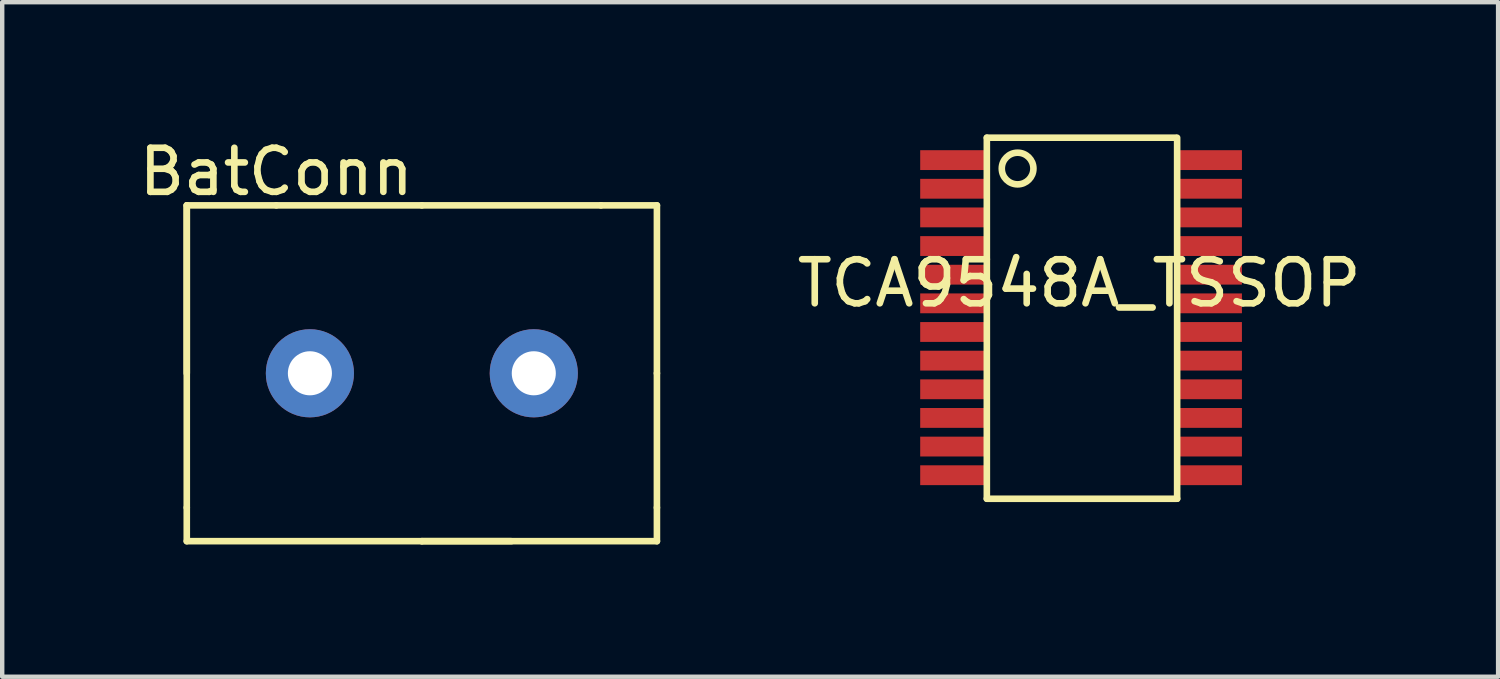
<source format=kicad_pcb>
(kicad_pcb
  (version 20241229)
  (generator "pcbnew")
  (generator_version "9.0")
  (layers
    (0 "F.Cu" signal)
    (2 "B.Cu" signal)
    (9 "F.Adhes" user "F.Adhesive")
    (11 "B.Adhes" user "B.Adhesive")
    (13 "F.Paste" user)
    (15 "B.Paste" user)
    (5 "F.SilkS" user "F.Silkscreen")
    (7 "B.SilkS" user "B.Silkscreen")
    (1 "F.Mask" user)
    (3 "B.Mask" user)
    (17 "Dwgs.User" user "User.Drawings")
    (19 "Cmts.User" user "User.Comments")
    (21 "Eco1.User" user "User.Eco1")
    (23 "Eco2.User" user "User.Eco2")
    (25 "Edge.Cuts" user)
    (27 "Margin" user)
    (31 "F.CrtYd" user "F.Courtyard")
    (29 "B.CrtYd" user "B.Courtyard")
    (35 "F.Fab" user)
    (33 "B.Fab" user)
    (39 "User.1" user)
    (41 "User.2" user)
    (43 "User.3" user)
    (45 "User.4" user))
  (footprint "TCA9548A_TSSOP"
    (layer "F.Cu")
    (at 18.58 0.583)
    (property "Reference" "TCA9548A_TSSOP" (at 2.857 2.794 0) (layer "F.SilkS") (effects (font (size 1 1) (thickness 0.15))))
    (attr through_hole)
    (fp_line (start 0.762 -0.508) (end 5.05 -0.508) (stroke (width 0.15) (type solid)) (layer "F.SilkS"))
    (fp_line (start 0.762 7.684) (end 0.762 -0.508) (stroke (width 0.15) (type solid)) (layer "F.SilkS"))
    (fp_line (start 5.08 -0.508) (end 5.08 7.684) (stroke (width 0.15) (type solid)) (layer "F.SilkS"))
    (fp_line (start 5.08 7.684) (end 0.762 7.684) (stroke (width 0.15) (type solid)) (layer "F.SilkS"))
    (fp_circle (center 1.46 0.191) (end 1.714 0.445) (stroke (width 0.15) (type solid)) (fill no) (layer "F.SilkS"))
    (pad "1" smd rect (at 0 0) (size 1.5 0.45) (layers "F.Cu" "F.Mask" "F.Paste"))
    (pad "2" smd rect (at 0 0.65) (size 1.5 0.45) (layers "F.Cu" "F.Mask" "F.Paste"))
    (pad "3" smd rect (at 0 1.3) (size 1.5 0.45) (layers "F.Cu" "F.Mask" "F.Paste"))
    (pad "4" smd rect (at 0 1.95) (size 1.5 0.45) (layers "F.Cu" "F.Mask" "F.Paste"))
    (pad "5" smd rect (at 0 2.6) (size 1.5 0.45) (layers "F.Cu" "F.Mask" "F.Paste"))
    (pad "6" smd rect (at 0 3.25) (size 1.5 0.45) (layers "F.Cu" "F.Mask" "F.Paste"))
    (pad "7" smd rect (at 0 3.9) (size 1.5 0.45) (layers "F.Cu" "F.Mask" "F.Paste"))
    (pad "8" smd rect (at 0 4.55) (size 1.5 0.45) (layers "F.Cu" "F.Mask" "F.Paste"))
    (pad "9" smd rect (at 0 5.2) (size 1.5 0.45) (layers "F.Cu" "F.Mask" "F.Paste"))
    (pad "10" smd rect (at 0 5.85) (size 1.5 0.45) (layers "F.Cu" "F.Mask" "F.Paste"))
    (pad "11" smd rect (at 0 6.5) (size 1.5 0.45) (layers "F.Cu" "F.Mask" "F.Paste"))
    (pad "12" smd rect (at 0 7.15) (size 1.5 0.45) (layers "F.Cu" "F.Mask" "F.Paste"))
    (pad "13" smd rect (at 5.8 7.15) (size 1.5 0.45) (layers "F.Cu" "F.Mask" "F.Paste"))
    (pad "14" smd rect (at 5.8 6.5) (size 1.5 0.45) (layers "F.Cu" "F.Mask" "F.Paste"))
    (pad "15" smd rect (at 5.8 5.85) (size 1.5 0.45) (layers "F.Cu" "F.Mask" "F.Paste"))
    (pad "16" smd rect (at 5.8 5.2) (size 1.5 0.45) (layers "F.Cu" "F.Mask" "F.Paste"))
    (pad "17" smd rect (at 5.8 4.55) (size 1.5 0.45) (layers "F.Cu" "F.Mask" "F.Paste"))
    (pad "18" smd rect (at 5.8 3.9) (size 1.5 0.45) (layers "F.Cu" "F.Mask" "F.Paste"))
    (pad "19" smd rect (at 5.8 3.25) (size 1.5 0.45) (layers "F.Cu" "F.Mask" "F.Paste"))
    (pad "20" smd rect (at 5.8 2.6) (size 1.5 0.45) (layers "F.Cu" "F.Mask" "F.Paste"))
    (pad "21" smd rect (at 5.8 1.95) (size 1.5 0.45) (layers "F.Cu" "F.Mask" "F.Paste"))
    (pad "22" smd rect (at 5.8 1.3) (size 1.5 0.45) (layers "F.Cu" "F.Mask" "F.Paste"))
    (pad "23" smd rect (at 5.8 0.65) (size 1.5 0.45) (layers "F.Cu" "F.Mask" "F.Paste"))
    (pad "24" smd rect (at 5.8 0) (size 1.5 0.45) (layers "F.Cu" "F.Mask" "F.Paste")))
  (footprint "BatConn"
    (layer "F.Cu")
    (at 6.522 5.42)
    (property "Reference" "BatConn" (at -3.302 -4.572 0) (layer "F.SilkS") (effects (font (size 1 1) (thickness 0.15))))
    (attr through_hole)
    (fp_line (start -5.334 -3.81) (end -5.334 3.048) (stroke (width 0.15) (type solid)) (layer "F.SilkS"))
    (fp_line (start -5.334 -3.81) (end -3.302 -3.81) (stroke (width 0.15) (type solid)) (layer "F.SilkS"))
    (fp_line (start -5.334 0) (end -5.334 -3.81) (stroke (width 0.15) (type solid)) (layer "F.SilkS"))
    (fp_line (start -5.334 3.048) (end -5.334 3.81) (stroke (width 0.15) (type solid)) (layer "F.SilkS"))
    (fp_line (start 0 -3.81) (end -3.302 -3.81) (stroke (width 0.15) (type solid)) (layer "F.SilkS"))
    (fp_line (start 0 -3.81) (end 4.064 -3.81) (stroke (width 0.15) (type solid)) (layer "F.SilkS"))
    (fp_line (start 0 3.81) (end -5.334 3.81) (stroke (width 0.15) (type solid)) (layer "F.SilkS"))
    (fp_line (start 0 3.81) (end 5.334 3.81) (stroke (width 0.15) (type solid)) (layer "F.SilkS"))
    (fp_line (start 2.032 3.81) (end 0 3.81) (stroke (width 0.15) (type solid)) (layer "F.SilkS"))
    (fp_line (start 5.334 -3.81) (end 4.064 -3.81) (stroke (width 0.15) (type solid)) (layer "F.SilkS"))
    (fp_line (start 5.334 0) (end 5.334 -3.81) (stroke (width 0.15) (type solid)) (layer "F.SilkS"))
    (fp_line (start 5.334 0) (end 5.334 3.048) (stroke (width 0.15) (type solid)) (layer "F.SilkS"))
    (fp_line (start 5.334 3.81) (end 5.334 3.048) (stroke (width 0.15) (type solid)) (layer "F.SilkS"))
    (pad "1" thru_hole circle (at 2.54 0) (size 2 2) (drill 1) (layers "*.Cu" "*.Mask"))
    (pad "2" thru_hole circle (at -2.54 0) (size 2 2) (drill 1) (layers "*.Cu" "*.Mask")))
  (gr_rect
    (start -3 -3)
    (end 30.943 12.305)
    (stroke (width 0.1) (type default))
    (fill no)
    (layer "Edge.Cuts")))
</source>
